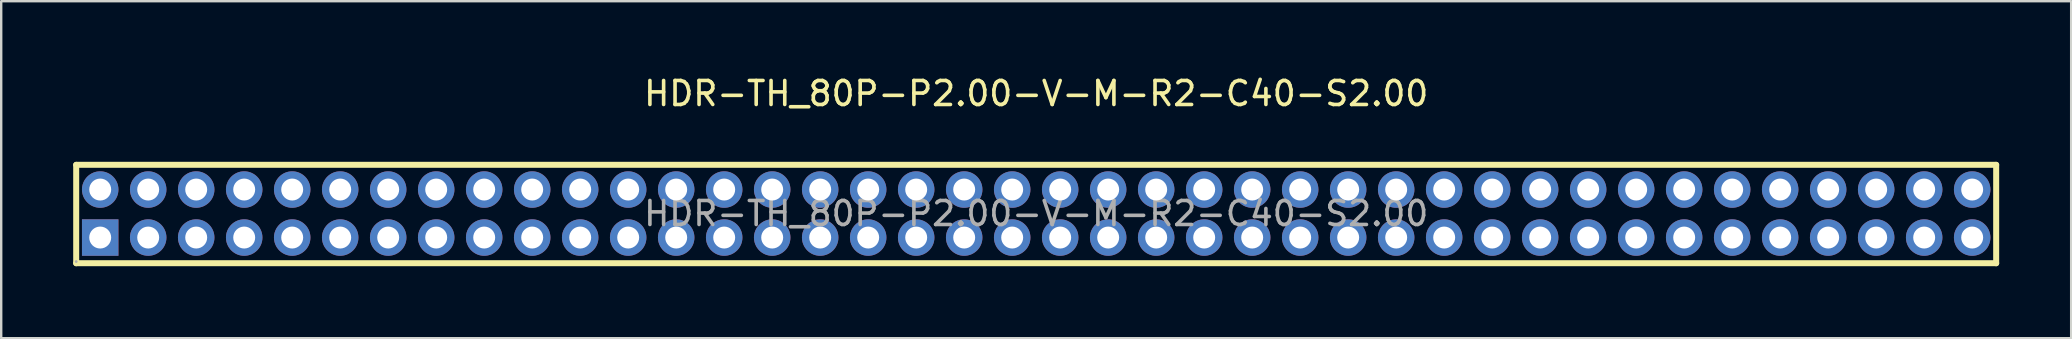
<source format=kicad_pcb>
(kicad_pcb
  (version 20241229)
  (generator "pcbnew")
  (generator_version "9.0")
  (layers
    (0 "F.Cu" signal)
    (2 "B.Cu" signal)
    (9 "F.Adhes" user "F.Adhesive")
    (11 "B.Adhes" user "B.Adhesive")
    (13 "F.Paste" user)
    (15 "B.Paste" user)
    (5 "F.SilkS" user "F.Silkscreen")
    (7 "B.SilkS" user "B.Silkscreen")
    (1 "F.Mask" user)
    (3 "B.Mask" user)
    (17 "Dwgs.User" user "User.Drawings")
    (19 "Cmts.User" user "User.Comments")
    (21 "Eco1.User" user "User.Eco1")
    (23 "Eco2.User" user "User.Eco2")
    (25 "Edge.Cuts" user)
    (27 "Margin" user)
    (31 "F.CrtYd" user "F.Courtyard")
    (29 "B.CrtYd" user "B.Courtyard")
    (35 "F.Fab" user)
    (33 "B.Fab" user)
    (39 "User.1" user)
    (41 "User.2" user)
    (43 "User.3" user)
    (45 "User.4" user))
  (footprint "HDR-TH_80P-P2.00-V-M-R2-C40-S2.00"
    (layer "F.Cu")
    (at 40.125 5.848)
    (property "Reference" "HDR-TH_80P-P2.00-V-M-R2-C40-S2.00" (at 0 -5 0) (layer "F.SilkS") (effects (font (size 1 1) (thickness 0.15))))
    (attr through_hole)
    (fp_line (start -40 -2.03) (end -40 2.07) (stroke (width 0.25) (type solid)) (layer "F.SilkS"))
    (fp_line (start -40 -2.03) (end 40 -2.03) (stroke (width 0.25) (type solid)) (layer "F.SilkS"))
    (fp_line (start -40 2.07) (end 40 2.07) (stroke (width 0.25) (type solid)) (layer "F.SilkS"))
    (fp_line (start 40 -2.03) (end 40 2.07) (stroke (width 0.25) (type solid)) (layer "F.SilkS"))
    (fp_circle (center -40 2) (end -39.97 2) (stroke (width 0.06) (type solid)) (fill no) (layer "F.Fab"))
    (fp_text user "${REFERENCE}" (at 0 0 0) (layer "F.Fab") (effects (font (size 1 1) (thickness 0.15))))
    (pad "1" thru_hole rect (at -39 1) (size 1.52 1.52) (drill 0.914) (layers "*.Cu" "*.Paste" "*.Mask"))
    (pad "2" thru_hole circle (at -39 -1) (size 1.52 1.52) (drill 0.914) (layers "*.Cu" "*.Paste" "*.Mask"))
    (pad "3" thru_hole circle (at -37 1) (size 1.52 1.52) (drill 0.914) (layers "*.Cu" "*.Paste" "*.Mask"))
    (pad "4" thru_hole circle (at -37 -1) (size 1.52 1.52) (drill 0.914) (layers "*.Cu" "*.Paste" "*.Mask"))
    (pad "5" thru_hole circle (at -35 1) (size 1.52 1.52) (drill 0.914) (layers "*.Cu" "*.Paste" "*.Mask"))
    (pad "6" thru_hole circle (at -35 -1) (size 1.52 1.52) (drill 0.914) (layers "*.Cu" "*.Paste" "*.Mask"))
    (pad "7" thru_hole circle (at -33 1) (size 1.52 1.52) (drill 0.914) (layers "*.Cu" "*.Paste" "*.Mask"))
    (pad "8" thru_hole circle (at -33 -1) (size 1.52 1.52) (drill 0.914) (layers "*.Cu" "*.Paste" "*.Mask"))
    (pad "9" thru_hole circle (at -31 1) (size 1.52 1.52) (drill 0.914) (layers "*.Cu" "*.Paste" "*.Mask"))
    (pad "10" thru_hole circle (at -31 -1) (size 1.52 1.52) (drill 0.914) (layers "*.Cu" "*.Paste" "*.Mask"))
    (pad "11" thru_hole circle (at -29 1) (size 1.52 1.52) (drill 0.914) (layers "*.Cu" "*.Paste" "*.Mask"))
    (pad "12" thru_hole circle (at -29 -1) (size 1.52 1.52) (drill 0.914) (layers "*.Cu" "*.Paste" "*.Mask"))
    (pad "13" thru_hole circle (at -27 1) (size 1.52 1.52) (drill 0.914) (layers "*.Cu" "*.Paste" "*.Mask"))
    (pad "14" thru_hole circle (at -27 -1) (size 1.52 1.52) (drill 0.914) (layers "*.Cu" "*.Paste" "*.Mask"))
    (pad "15" thru_hole circle (at -25 1) (size 1.52 1.52) (drill 0.914) (layers "*.Cu" "*.Paste" "*.Mask"))
    (pad "16" thru_hole circle (at -25 -1) (size 1.52 1.52) (drill 0.914) (layers "*.Cu" "*.Paste" "*.Mask"))
    (pad "17" thru_hole circle (at -23 1) (size 1.52 1.52) (drill 0.914) (layers "*.Cu" "*.Paste" "*.Mask"))
    (pad "18" thru_hole circle (at -23 -1) (size 1.52 1.52) (drill 0.914) (layers "*.Cu" "*.Paste" "*.Mask"))
    (pad "19" thru_hole circle (at -21 1) (size 1.52 1.52) (drill 0.914) (layers "*.Cu" "*.Paste" "*.Mask"))
    (pad "20" thru_hole circle (at -21 -1) (size 1.52 1.52) (drill 0.914) (layers "*.Cu" "*.Paste" "*.Mask"))
    (pad "21" thru_hole circle (at -19 1) (size 1.52 1.52) (drill 0.914) (layers "*.Cu" "*.Paste" "*.Mask"))
    (pad "22" thru_hole circle (at -19 -1) (size 1.52 1.52) (drill 0.914) (layers "*.Cu" "*.Paste" "*.Mask"))
    (pad "23" thru_hole circle (at -17 1) (size 1.52 1.52) (drill 0.914) (layers "*.Cu" "*.Paste" "*.Mask"))
    (pad "24" thru_hole circle (at -17 -1) (size 1.52 1.52) (drill 0.914) (layers "*.Cu" "*.Paste" "*.Mask"))
    (pad "25" thru_hole circle (at -15 1) (size 1.52 1.52) (drill 0.914) (layers "*.Cu" "*.Paste" "*.Mask"))
    (pad "26" thru_hole circle (at -15 -1) (size 1.52 1.52) (drill 0.914) (layers "*.Cu" "*.Paste" "*.Mask"))
    (pad "27" thru_hole circle (at -13 1) (size 1.52 1.52) (drill 0.914) (layers "*.Cu" "*.Paste" "*.Mask"))
    (pad "28" thru_hole circle (at -13 -1) (size 1.52 1.52) (drill 0.914) (layers "*.Cu" "*.Paste" "*.Mask"))
    (pad "29" thru_hole circle (at -11 1) (size 1.52 1.52) (drill 0.914) (layers "*.Cu" "*.Paste" "*.Mask"))
    (pad "30" thru_hole circle (at -11 -1) (size 1.52 1.52) (drill 0.914) (layers "*.Cu" "*.Paste" "*.Mask"))
    (pad "31" thru_hole circle (at -9 1) (size 1.52 1.52) (drill 0.914) (layers "*.Cu" "*.Paste" "*.Mask"))
    (pad "32" thru_hole circle (at -9 -1) (size 1.52 1.52) (drill 0.914) (layers "*.Cu" "*.Paste" "*.Mask"))
    (pad "33" thru_hole circle (at -7 1) (size 1.52 1.52) (drill 0.914) (layers "*.Cu" "*.Paste" "*.Mask"))
    (pad "34" thru_hole circle (at -7 -1) (size 1.52 1.52) (drill 0.914) (layers "*.Cu" "*.Paste" "*.Mask"))
    (pad "35" thru_hole circle (at -5 1) (size 1.52 1.52) (drill 0.914) (layers "*.Cu" "*.Paste" "*.Mask"))
    (pad "36" thru_hole circle (at -5 -1) (size 1.52 1.52) (drill 0.914) (layers "*.Cu" "*.Paste" "*.Mask"))
    (pad "37" thru_hole circle (at -3 1) (size 1.52 1.52) (drill 0.914) (layers "*.Cu" "*.Paste" "*.Mask"))
    (pad "38" thru_hole circle (at -3 -1) (size 1.52 1.52) (drill 0.914) (layers "*.Cu" "*.Paste" "*.Mask"))
    (pad "39" thru_hole circle (at -1 1) (size 1.52 1.52) (drill 0.914) (layers "*.Cu" "*.Paste" "*.Mask"))
    (pad "40" thru_hole circle (at -1 -1) (size 1.52 1.52) (drill 0.914) (layers "*.Cu" "*.Paste" "*.Mask"))
    (pad "41" thru_hole circle (at 1 1) (size 1.52 1.52) (drill 0.914) (layers "*.Cu" "*.Paste" "*.Mask"))
    (pad "42" thru_hole circle (at 1 -1) (size 1.52 1.52) (drill 0.914) (layers "*.Cu" "*.Paste" "*.Mask"))
    (pad "43" thru_hole circle (at 3 1) (size 1.52 1.52) (drill 0.914) (layers "*.Cu" "*.Paste" "*.Mask"))
    (pad "44" thru_hole circle (at 3 -1) (size 1.52 1.52) (drill 0.914) (layers "*.Cu" "*.Paste" "*.Mask"))
    (pad "45" thru_hole circle (at 5 1) (size 1.52 1.52) (drill 0.914) (layers "*.Cu" "*.Paste" "*.Mask"))
    (pad "46" thru_hole circle (at 5 -1) (size 1.52 1.52) (drill 0.914) (layers "*.Cu" "*.Paste" "*.Mask"))
    (pad "47" thru_hole circle (at 7 1) (size 1.52 1.52) (drill 0.914) (layers "*.Cu" "*.Paste" "*.Mask"))
    (pad "48" thru_hole circle (at 7 -1) (size 1.52 1.52) (drill 0.914) (layers "*.Cu" "*.Paste" "*.Mask"))
    (pad "49" thru_hole circle (at 9 1) (size 1.52 1.52) (drill 0.914) (layers "*.Cu" "*.Paste" "*.Mask"))
    (pad "50" thru_hole circle (at 9 -1) (size 1.52 1.52) (drill 0.914) (layers "*.Cu" "*.Paste" "*.Mask"))
    (pad "51" thru_hole circle (at 11 1) (size 1.52 1.52) (drill 0.914) (layers "*.Cu" "*.Paste" "*.Mask"))
    (pad "52" thru_hole circle (at 11 -1) (size 1.52 1.52) (drill 0.914) (layers "*.Cu" "*.Paste" "*.Mask"))
    (pad "53" thru_hole circle (at 13 1) (size 1.52 1.52) (drill 0.914) (layers "*.Cu" "*.Paste" "*.Mask"))
    (pad "54" thru_hole circle (at 13 -1) (size 1.52 1.52) (drill 0.914) (layers "*.Cu" "*.Paste" "*.Mask"))
    (pad "55" thru_hole circle (at 15 1) (size 1.52 1.52) (drill 0.914) (layers "*.Cu" "*.Paste" "*.Mask"))
    (pad "56" thru_hole circle (at 15 -1) (size 1.52 1.52) (drill 0.914) (layers "*.Cu" "*.Paste" "*.Mask"))
    (pad "57" thru_hole circle (at 17 1) (size 1.52 1.52) (drill 0.914) (layers "*.Cu" "*.Paste" "*.Mask"))
    (pad "58" thru_hole circle (at 17 -1) (size 1.52 1.52) (drill 0.914) (layers "*.Cu" "*.Paste" "*.Mask"))
    (pad "59" thru_hole circle (at 19 1) (size 1.52 1.52) (drill 0.914) (layers "*.Cu" "*.Paste" "*.Mask"))
    (pad "60" thru_hole circle (at 19 -1) (size 1.52 1.52) (drill 0.914) (layers "*.Cu" "*.Paste" "*.Mask"))
    (pad "61" thru_hole circle (at 21 1) (size 1.52 1.52) (drill 0.914) (layers "*.Cu" "*.Paste" "*.Mask"))
    (pad "62" thru_hole circle (at 21 -1) (size 1.52 1.52) (drill 0.914) (layers "*.Cu" "*.Paste" "*.Mask"))
    (pad "63" thru_hole circle (at 23 1) (size 1.52 1.52) (drill 0.914) (layers "*.Cu" "*.Paste" "*.Mask"))
    (pad "64" thru_hole circle (at 23 -1) (size 1.52 1.52) (drill 0.914) (layers "*.Cu" "*.Paste" "*.Mask"))
    (pad "65" thru_hole circle (at 25 1) (size 1.52 1.52) (drill 0.914) (layers "*.Cu" "*.Paste" "*.Mask"))
    (pad "66" thru_hole circle (at 25 -1) (size 1.52 1.52) (drill 0.914) (layers "*.Cu" "*.Paste" "*.Mask"))
    (pad "67" thru_hole circle (at 27 1) (size 1.52 1.52) (drill 0.914) (layers "*.Cu" "*.Paste" "*.Mask"))
    (pad "68" thru_hole circle (at 27 -1) (size 1.52 1.52) (drill 0.914) (layers "*.Cu" "*.Paste" "*.Mask"))
    (pad "69" thru_hole circle (at 29 1) (size 1.52 1.52) (drill 0.914) (layers "*.Cu" "*.Paste" "*.Mask"))
    (pad "70" thru_hole circle (at 29 -1) (size 1.52 1.52) (drill 0.914) (layers "*.Cu" "*.Paste" "*.Mask"))
    (pad "71" thru_hole circle (at 31 1) (size 1.52 1.52) (drill 0.914) (layers "*.Cu" "*.Paste" "*.Mask"))
    (pad "72" thru_hole circle (at 31 -1) (size 1.52 1.52) (drill 0.914) (layers "*.Cu" "*.Paste" "*.Mask"))
    (pad "73" thru_hole circle (at 33 1) (size 1.52 1.52) (drill 0.914) (layers "*.Cu" "*.Paste" "*.Mask"))
    (pad "74" thru_hole circle (at 33 -1) (size 1.52 1.52) (drill 0.914) (layers "*.Cu" "*.Paste" "*.Mask"))
    (pad "75" thru_hole circle (at 35 1) (size 1.52 1.52) (drill 0.914) (layers "*.Cu" "*.Paste" "*.Mask"))
    (pad "76" thru_hole circle (at 35 -1) (size 1.52 1.52) (drill 0.914) (layers "*.Cu" "*.Paste" "*.Mask"))
    (pad "77" thru_hole circle (at 37 1) (size 1.52 1.52) (drill 0.914) (layers "*.Cu" "*.Paste" "*.Mask"))
    (pad "78" thru_hole circle (at 37 -1) (size 1.52 1.52) (drill 0.914) (layers "*.Cu" "*.Paste" "*.Mask"))
    (pad "79" thru_hole circle (at 39 1) (size 1.52 1.52) (drill 0.914) (layers "*.Cu" "*.Paste" "*.Mask"))
    (pad "80" thru_hole circle (at 39 -1) (size 1.52 1.52) (drill 0.914) (layers "*.Cu" "*.Paste" "*.Mask")))
  (gr_rect
    (start -3 -3)
    (end 83.25 11.043)
    (stroke (width 0.1) (type default))
    (fill no)
    (layer "Edge.Cuts")))
</source>
